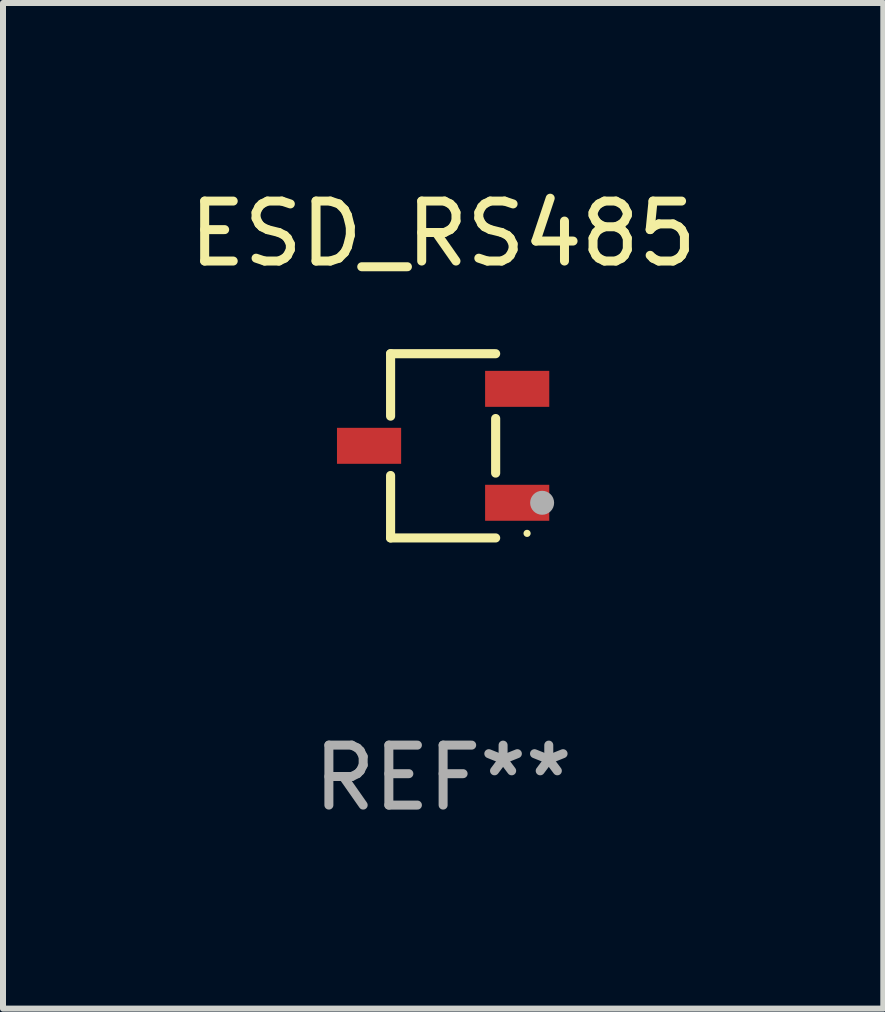
<source format=kicad_pcb>
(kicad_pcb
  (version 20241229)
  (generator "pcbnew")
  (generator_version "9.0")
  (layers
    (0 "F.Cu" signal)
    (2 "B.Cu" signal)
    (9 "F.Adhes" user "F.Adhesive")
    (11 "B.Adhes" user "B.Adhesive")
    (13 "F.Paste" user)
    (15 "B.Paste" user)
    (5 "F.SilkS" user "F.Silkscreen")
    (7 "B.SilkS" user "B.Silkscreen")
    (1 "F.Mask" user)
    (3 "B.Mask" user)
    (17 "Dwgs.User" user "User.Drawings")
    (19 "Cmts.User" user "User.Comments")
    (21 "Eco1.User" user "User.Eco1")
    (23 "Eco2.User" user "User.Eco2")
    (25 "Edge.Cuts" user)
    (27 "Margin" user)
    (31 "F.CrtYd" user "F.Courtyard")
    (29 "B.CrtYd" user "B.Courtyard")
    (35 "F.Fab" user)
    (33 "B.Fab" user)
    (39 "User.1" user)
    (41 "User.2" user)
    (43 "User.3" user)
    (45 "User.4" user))
  (footprint "ESD_RS485"
    (layer "F.Cu")
    (at 4.339 4.384)
    (property "Reference" "ESD_RS485" (at 0 -3.536 0) (layer "F.SilkS") (effects (font (size 1 1) (thickness 0.15))))
    (attr through_hole)
    (fp_line (start -0.876 -1.536) (end -0.876 -0.495) (stroke (width 0.152) (type solid)) (layer "F.SilkS"))
    (fp_line (start -0.876 1.536) (end -0.876 0.495) (stroke (width 0.152) (type solid)) (layer "F.SilkS"))
    (fp_line (start 0.876 -1.536) (end -0.876 -1.536) (stroke (width 0.152) (type solid)) (layer "F.SilkS"))
    (fp_line (start 0.876 -0.455) (end 0.876 0.455) (stroke (width 0.152) (type solid)) (layer "F.SilkS"))
    (fp_line (start 0.876 1.536) (end -0.876 1.536) (stroke (width 0.152) (type solid)) (layer "F.SilkS"))
    (fp_circle (center 1.4 1.46) (end 1.43 1.46) (stroke (width 0.06) (type solid)) (fill no) (layer "F.SilkS"))
    (fp_circle (center 1.651 0.95) (end 1.751 0.95) (stroke (width 0.2) (type solid)) (fill no) (layer "F.Fab"))
    (fp_text user "REF**" (at 0 5.536 0) (layer "F.Fab") (effects (font (size 1 1) (thickness 0.15))))
    (pad "1" smd rect (at 1.235 0.95) (size 1.07 0.6) (layers "F.Cu" "F.Mask" "F.Paste"))
    (pad "2" smd rect (at 1.235 -0.95) (size 1.07 0.6) (layers "F.Cu" "F.Mask" "F.Paste"))
    (pad "3" smd rect (at -1.235 0) (size 1.07 0.6) (layers "F.Cu" "F.Mask" "F.Paste")))
  (gr_rect
    (start -3 -3)
    (end 11.679 13.769)
    (stroke (width 0.1) (type default))
    (fill no)
    (layer "Edge.Cuts")))
</source>
